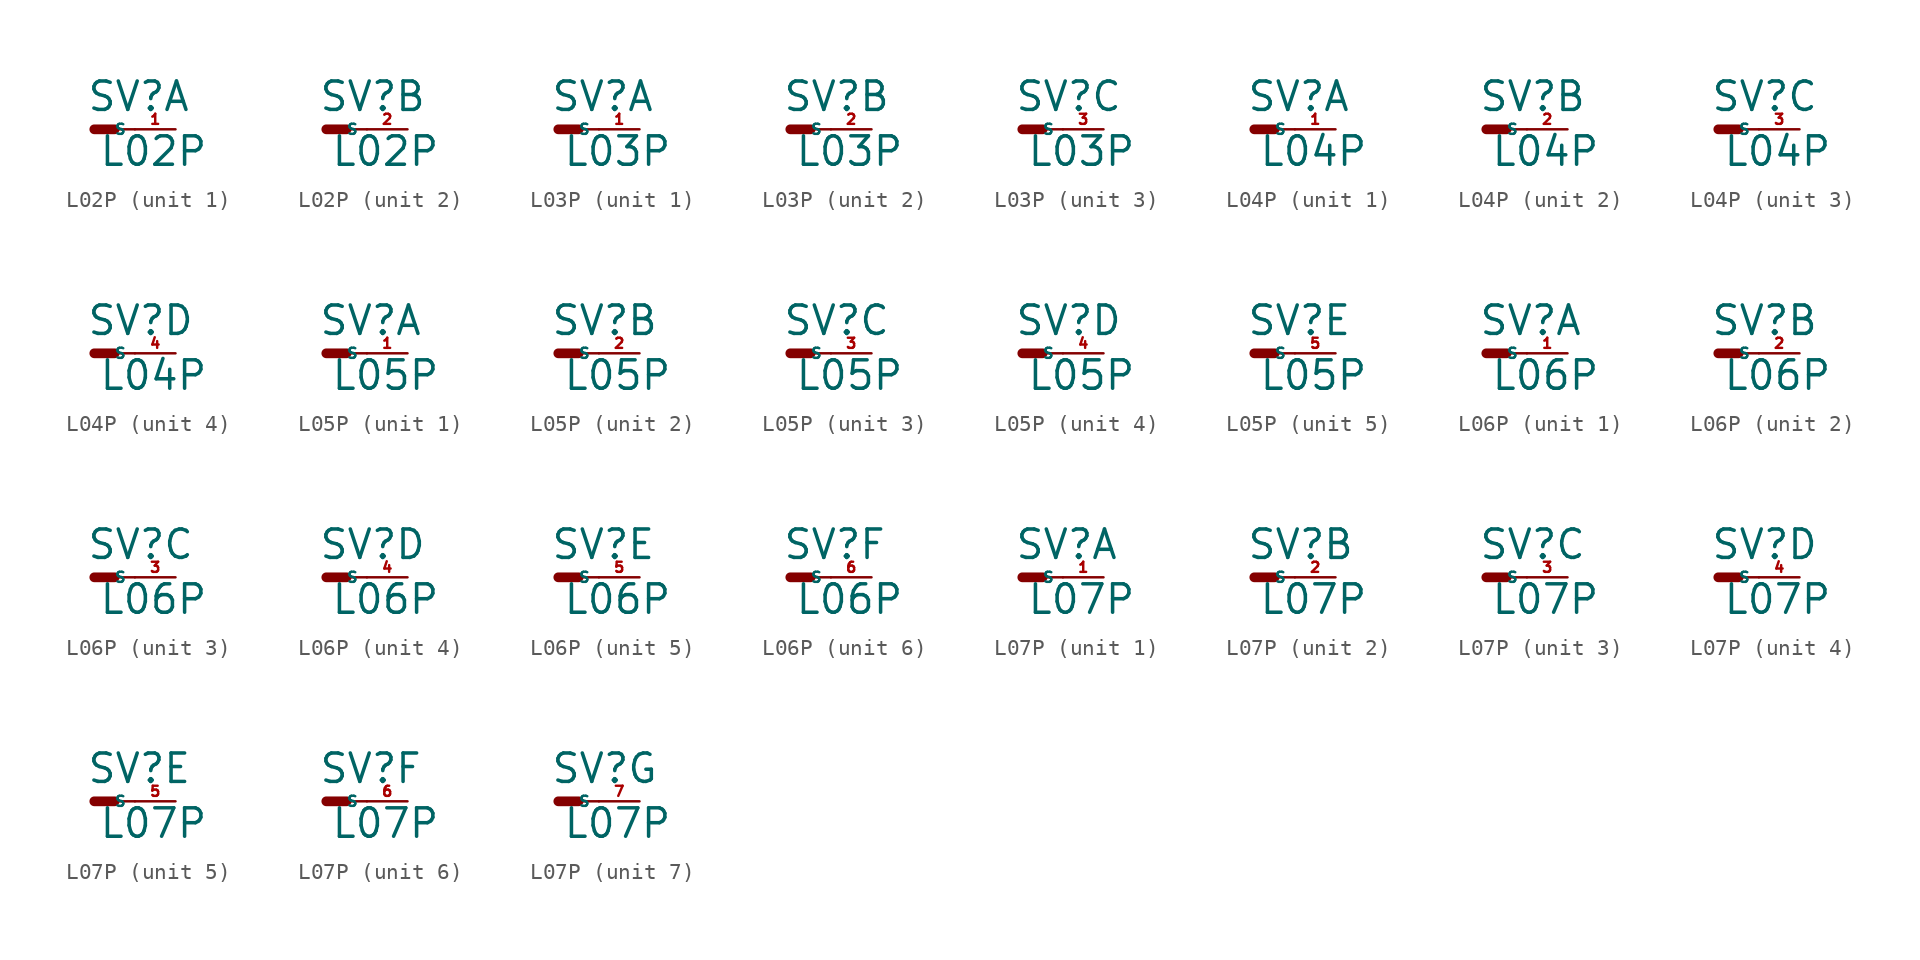
<source format=kicad_sym>
(kicad_symbol_lib
  (version 20220914)
  (generator Eagle2Kicad)
  (symbol "L02P"
    (property "Reference" "SV"
      (at -0.508 1.016 0)
      (effects (font (size 1.778 1.778) (thickness 0.22)) (justify left bottom)))
    (property "Value" "L02P"
      (at 0.254 -2.413 0)
      (effects (font (size 1.778 1.778) (thickness 0.22)) (justify left bottom)))
    (symbol "L02P_1_0"
      (polyline (pts (xy 1.27 0) (xy 2.54 0)) (stroke (width 0.152) (type default)) (fill (type none)))
      (polyline (pts (xy 0 0) (xy 1.27 0)) (stroke (width 0.61) (type default)) (fill (type none)))
      (pin passive line (at 5.08 0 180) (length 2.54) (name "S" (effects (font (size 0.635 0.635) (thickness 0.08)) (justify left bottom))) (number "1" (effects (font (size 0.635 0.635) (thickness 0.08)) (justify left bottom)))))
    (symbol "L02P_2_0"
      (polyline (pts (xy 1.27 0) (xy 2.54 0)) (stroke (width 0.152) (type default)) (fill (type none)))
      (polyline (pts (xy 0 0) (xy 1.27 0)) (stroke (width 0.61) (type default)) (fill (type none)))
      (pin passive line (at 5.08 0 180) (length 2.54) (name "S" (effects (font (size 0.635 0.635) (thickness 0.08)) (justify left bottom))) (number "2" (effects (font (size 0.635 0.635) (thickness 0.08)) (justify left bottom))))))
  (symbol "L03P"
    (property "Reference" "SV"
      (at -0.508 1.016 0)
      (effects (font (size 1.778 1.778) (thickness 0.22)) (justify left bottom)))
    (property "Value" "L03P"
      (at 0.254 -2.413 0)
      (effects (font (size 1.778 1.778) (thickness 0.22)) (justify left bottom)))
    (symbol "L03P_1_0"
      (polyline (pts (xy 1.27 0) (xy 2.54 0)) (stroke (width 0.152) (type default)) (fill (type none)))
      (polyline (pts (xy 0 0) (xy 1.27 0)) (stroke (width 0.61) (type default)) (fill (type none)))
      (pin passive line (at 5.08 0 180) (length 2.54) (name "S" (effects (font (size 0.635 0.635) (thickness 0.08)) (justify left bottom))) (number "1" (effects (font (size 0.635 0.635) (thickness 0.08)) (justify left bottom)))))
    (symbol "L03P_2_0"
      (polyline (pts (xy 1.27 0) (xy 2.54 0)) (stroke (width 0.152) (type default)) (fill (type none)))
      (polyline (pts (xy 0 0) (xy 1.27 0)) (stroke (width 0.61) (type default)) (fill (type none)))
      (pin passive line (at 5.08 0 180) (length 2.54) (name "S" (effects (font (size 0.635 0.635) (thickness 0.08)) (justify left bottom))) (number "2" (effects (font (size 0.635 0.635) (thickness 0.08)) (justify left bottom)))))
    (symbol "L03P_3_0"
      (polyline (pts (xy 1.27 0) (xy 2.54 0)) (stroke (width 0.152) (type default)) (fill (type none)))
      (polyline (pts (xy 0 0) (xy 1.27 0)) (stroke (width 0.61) (type default)) (fill (type none)))
      (pin passive line (at 5.08 0 180) (length 2.54) (name "S" (effects (font (size 0.635 0.635) (thickness 0.08)) (justify left bottom))) (number "3" (effects (font (size 0.635 0.635) (thickness 0.08)) (justify left bottom))))))
  (symbol "L04P"
    (property "Reference" "SV"
      (at -0.508 1.016 0)
      (effects (font (size 1.778 1.778) (thickness 0.22)) (justify left bottom)))
    (property "Value" "L04P"
      (at 0.254 -2.413 0)
      (effects (font (size 1.778 1.778) (thickness 0.22)) (justify left bottom)))
    (symbol "L04P_1_0"
      (polyline (pts (xy 1.27 0) (xy 2.54 0)) (stroke (width 0.152) (type default)) (fill (type none)))
      (polyline (pts (xy 0 0) (xy 1.27 0)) (stroke (width 0.61) (type default)) (fill (type none)))
      (pin passive line (at 5.08 0 180) (length 2.54) (name "S" (effects (font (size 0.635 0.635) (thickness 0.08)) (justify left bottom))) (number "1" (effects (font (size 0.635 0.635) (thickness 0.08)) (justify left bottom)))))
    (symbol "L04P_2_0"
      (polyline (pts (xy 1.27 0) (xy 2.54 0)) (stroke (width 0.152) (type default)) (fill (type none)))
      (polyline (pts (xy 0 0) (xy 1.27 0)) (stroke (width 0.61) (type default)) (fill (type none)))
      (pin passive line (at 5.08 0 180) (length 2.54) (name "S" (effects (font (size 0.635 0.635) (thickness 0.08)) (justify left bottom))) (number "2" (effects (font (size 0.635 0.635) (thickness 0.08)) (justify left bottom)))))
    (symbol "L04P_3_0"
      (polyline (pts (xy 1.27 0) (xy 2.54 0)) (stroke (width 0.152) (type default)) (fill (type none)))
      (polyline (pts (xy 0 0) (xy 1.27 0)) (stroke (width 0.61) (type default)) (fill (type none)))
      (pin passive line (at 5.08 0 180) (length 2.54) (name "S" (effects (font (size 0.635 0.635) (thickness 0.08)) (justify left bottom))) (number "3" (effects (font (size 0.635 0.635) (thickness 0.08)) (justify left bottom)))))
    (symbol "L04P_4_0"
      (polyline (pts (xy 1.27 0) (xy 2.54 0)) (stroke (width 0.152) (type default)) (fill (type none)))
      (polyline (pts (xy 0 0) (xy 1.27 0)) (stroke (width 0.61) (type default)) (fill (type none)))
      (pin passive line (at 5.08 0 180) (length 2.54) (name "S" (effects (font (size 0.635 0.635) (thickness 0.08)) (justify left bottom))) (number "4" (effects (font (size 0.635 0.635) (thickness 0.08)) (justify left bottom))))))
  (symbol "L05P"
    (property "Reference" "SV"
      (at -0.508 1.016 0)
      (effects (font (size 1.778 1.778) (thickness 0.22)) (justify left bottom)))
    (property "Value" "L05P"
      (at 0.254 -2.413 0)
      (effects (font (size 1.778 1.778) (thickness 0.22)) (justify left bottom)))
    (symbol "L05P_1_0"
      (polyline (pts (xy 1.27 0) (xy 2.54 0)) (stroke (width 0.152) (type default)) (fill (type none)))
      (polyline (pts (xy 0 0) (xy 1.27 0)) (stroke (width 0.61) (type default)) (fill (type none)))
      (pin passive line (at 5.08 0 180) (length 2.54) (name "S" (effects (font (size 0.635 0.635) (thickness 0.08)) (justify left bottom))) (number "1" (effects (font (size 0.635 0.635) (thickness 0.08)) (justify left bottom)))))
    (symbol "L05P_2_0"
      (polyline (pts (xy 1.27 0) (xy 2.54 0)) (stroke (width 0.152) (type default)) (fill (type none)))
      (polyline (pts (xy 0 0) (xy 1.27 0)) (stroke (width 0.61) (type default)) (fill (type none)))
      (pin passive line (at 5.08 0 180) (length 2.54) (name "S" (effects (font (size 0.635 0.635) (thickness 0.08)) (justify left bottom))) (number "2" (effects (font (size 0.635 0.635) (thickness 0.08)) (justify left bottom)))))
    (symbol "L05P_3_0"
      (polyline (pts (xy 1.27 0) (xy 2.54 0)) (stroke (width 0.152) (type default)) (fill (type none)))
      (polyline (pts (xy 0 0) (xy 1.27 0)) (stroke (width 0.61) (type default)) (fill (type none)))
      (pin passive line (at 5.08 0 180) (length 2.54) (name "S" (effects (font (size 0.635 0.635) (thickness 0.08)) (justify left bottom))) (number "3" (effects (font (size 0.635 0.635) (thickness 0.08)) (justify left bottom)))))
    (symbol "L05P_4_0"
      (polyline (pts (xy 1.27 0) (xy 2.54 0)) (stroke (width 0.152) (type default)) (fill (type none)))
      (polyline (pts (xy 0 0) (xy 1.27 0)) (stroke (width 0.61) (type default)) (fill (type none)))
      (pin passive line (at 5.08 0 180) (length 2.54) (name "S" (effects (font (size 0.635 0.635) (thickness 0.08)) (justify left bottom))) (number "4" (effects (font (size 0.635 0.635) (thickness 0.08)) (justify left bottom)))))
    (symbol "L05P_5_0"
      (polyline (pts (xy 1.27 0) (xy 2.54 0)) (stroke (width 0.152) (type default)) (fill (type none)))
      (polyline (pts (xy 0 0) (xy 1.27 0)) (stroke (width 0.61) (type default)) (fill (type none)))
      (pin passive line (at 5.08 0 180) (length 2.54) (name "S" (effects (font (size 0.635 0.635) (thickness 0.08)) (justify left bottom))) (number "5" (effects (font (size 0.635 0.635) (thickness 0.08)) (justify left bottom))))))
  (symbol "L06P"
    (property "Reference" "SV"
      (at -0.508 1.016 0)
      (effects (font (size 1.778 1.778) (thickness 0.22)) (justify left bottom)))
    (property "Value" "L06P"
      (at 0.254 -2.413 0)
      (effects (font (size 1.778 1.778) (thickness 0.22)) (justify left bottom)))
    (symbol "L06P_1_0"
      (polyline (pts (xy 1.27 0) (xy 2.54 0)) (stroke (width 0.152) (type default)) (fill (type none)))
      (polyline (pts (xy 0 0) (xy 1.27 0)) (stroke (width 0.61) (type default)) (fill (type none)))
      (pin passive line (at 5.08 0 180) (length 2.54) (name "S" (effects (font (size 0.635 0.635) (thickness 0.08)) (justify left bottom))) (number "1" (effects (font (size 0.635 0.635) (thickness 0.08)) (justify left bottom)))))
    (symbol "L06P_2_0"
      (polyline (pts (xy 1.27 0) (xy 2.54 0)) (stroke (width 0.152) (type default)) (fill (type none)))
      (polyline (pts (xy 0 0) (xy 1.27 0)) (stroke (width 0.61) (type default)) (fill (type none)))
      (pin passive line (at 5.08 0 180) (length 2.54) (name "S" (effects (font (size 0.635 0.635) (thickness 0.08)) (justify left bottom))) (number "2" (effects (font (size 0.635 0.635) (thickness 0.08)) (justify left bottom)))))
    (symbol "L06P_3_0"
      (polyline (pts (xy 1.27 0) (xy 2.54 0)) (stroke (width 0.152) (type default)) (fill (type none)))
      (polyline (pts (xy 0 0) (xy 1.27 0)) (stroke (width 0.61) (type default)) (fill (type none)))
      (pin passive line (at 5.08 0 180) (length 2.54) (name "S" (effects (font (size 0.635 0.635) (thickness 0.08)) (justify left bottom))) (number "3" (effects (font (size 0.635 0.635) (thickness 0.08)) (justify left bottom)))))
    (symbol "L06P_4_0"
      (polyline (pts (xy 1.27 0) (xy 2.54 0)) (stroke (width 0.152) (type default)) (fill (type none)))
      (polyline (pts (xy 0 0) (xy 1.27 0)) (stroke (width 0.61) (type default)) (fill (type none)))
      (pin passive line (at 5.08 0 180) (length 2.54) (name "S" (effects (font (size 0.635 0.635) (thickness 0.08)) (justify left bottom))) (number "4" (effects (font (size 0.635 0.635) (thickness 0.08)) (justify left bottom)))))
    (symbol "L06P_5_0"
      (polyline (pts (xy 1.27 0) (xy 2.54 0)) (stroke (width 0.152) (type default)) (fill (type none)))
      (polyline (pts (xy 0 0) (xy 1.27 0)) (stroke (width 0.61) (type default)) (fill (type none)))
      (pin passive line (at 5.08 0 180) (length 2.54) (name "S" (effects (font (size 0.635 0.635) (thickness 0.08)) (justify left bottom))) (number "5" (effects (font (size 0.635 0.635) (thickness 0.08)) (justify left bottom)))))
    (symbol "L06P_6_0"
      (polyline (pts (xy 1.27 0) (xy 2.54 0)) (stroke (width 0.152) (type default)) (fill (type none)))
      (polyline (pts (xy 0 0) (xy 1.27 0)) (stroke (width 0.61) (type default)) (fill (type none)))
      (pin passive line (at 5.08 0 180) (length 2.54) (name "S" (effects (font (size 0.635 0.635) (thickness 0.08)) (justify left bottom))) (number "6" (effects (font (size 0.635 0.635) (thickness 0.08)) (justify left bottom))))))
  (symbol "L07P"
    (property "Reference" "SV"
      (at -0.508 1.016 0)
      (effects (font (size 1.778 1.778) (thickness 0.22)) (justify left bottom)))
    (property "Value" "L07P"
      (at 0.254 -2.413 0)
      (effects (font (size 1.778 1.778) (thickness 0.22)) (justify left bottom)))
    (symbol "L07P_1_0"
      (polyline (pts (xy 1.27 0) (xy 2.54 0)) (stroke (width 0.152) (type default)) (fill (type none)))
      (polyline (pts (xy 0 0) (xy 1.27 0)) (stroke (width 0.61) (type default)) (fill (type none)))
      (pin passive line (at 5.08 0 180) (length 2.54) (name "S" (effects (font (size 0.635 0.635) (thickness 0.08)) (justify left bottom))) (number "1" (effects (font (size 0.635 0.635) (thickness 0.08)) (justify left bottom)))))
    (symbol "L07P_2_0"
      (polyline (pts (xy 1.27 0) (xy 2.54 0)) (stroke (width 0.152) (type default)) (fill (type none)))
      (polyline (pts (xy 0 0) (xy 1.27 0)) (stroke (width 0.61) (type default)) (fill (type none)))
      (pin passive line (at 5.08 0 180) (length 2.54) (name "S" (effects (font (size 0.635 0.635) (thickness 0.08)) (justify left bottom))) (number "2" (effects (font (size 0.635 0.635) (thickness 0.08)) (justify left bottom)))))
    (symbol "L07P_3_0"
      (polyline (pts (xy 1.27 0) (xy 2.54 0)) (stroke (width 0.152) (type default)) (fill (type none)))
      (polyline (pts (xy 0 0) (xy 1.27 0)) (stroke (width 0.61) (type default)) (fill (type none)))
      (pin passive line (at 5.08 0 180) (length 2.54) (name "S" (effects (font (size 0.635 0.635) (thickness 0.08)) (justify left bottom))) (number "3" (effects (font (size 0.635 0.635) (thickness 0.08)) (justify left bottom)))))
    (symbol "L07P_4_0"
      (polyline (pts (xy 1.27 0) (xy 2.54 0)) (stroke (width 0.152) (type default)) (fill (type none)))
      (polyline (pts (xy 0 0) (xy 1.27 0)) (stroke (width 0.61) (type default)) (fill (type none)))
      (pin passive line (at 5.08 0 180) (length 2.54) (name "S" (effects (font (size 0.635 0.635) (thickness 0.08)) (justify left bottom))) (number "4" (effects (font (size 0.635 0.635) (thickness 0.08)) (justify left bottom)))))
    (symbol "L07P_5_0"
      (polyline (pts (xy 1.27 0) (xy 2.54 0)) (stroke (width 0.152) (type default)) (fill (type none)))
      (polyline (pts (xy 0 0) (xy 1.27 0)) (stroke (width 0.61) (type default)) (fill (type none)))
      (pin passive line (at 5.08 0 180) (length 2.54) (name "S" (effects (font (size 0.635 0.635) (thickness 0.08)) (justify left bottom))) (number "5" (effects (font (size 0.635 0.635) (thickness 0.08)) (justify left bottom)))))
    (symbol "L07P_6_0"
      (polyline (pts (xy 1.27 0) (xy 2.54 0)) (stroke (width 0.152) (type default)) (fill (type none)))
      (polyline (pts (xy 0 0) (xy 1.27 0)) (stroke (width 0.61) (type default)) (fill (type none)))
      (pin passive line (at 5.08 0 180) (length 2.54) (name "S" (effects (font (size 0.635 0.635) (thickness 0.08)) (justify left bottom))) (number "6" (effects (font (size 0.635 0.635) (thickness 0.08)) (justify left bottom)))))
    (symbol "L07P_7_0"
      (polyline (pts (xy 1.27 0) (xy 2.54 0)) (stroke (width 0.152) (type default)) (fill (type none)))
      (polyline (pts (xy 0 0) (xy 1.27 0)) (stroke (width 0.61) (type default)) (fill (type none)))
      (pin passive line (at 5.08 0 180) (length 2.54) (name "S" (effects (font (size 0.635 0.635) (thickness 0.08)) (justify left bottom))) (number "7" (effects (font (size 0.635 0.635) (thickness 0.08)) (justify left bottom)))))))
</source>
